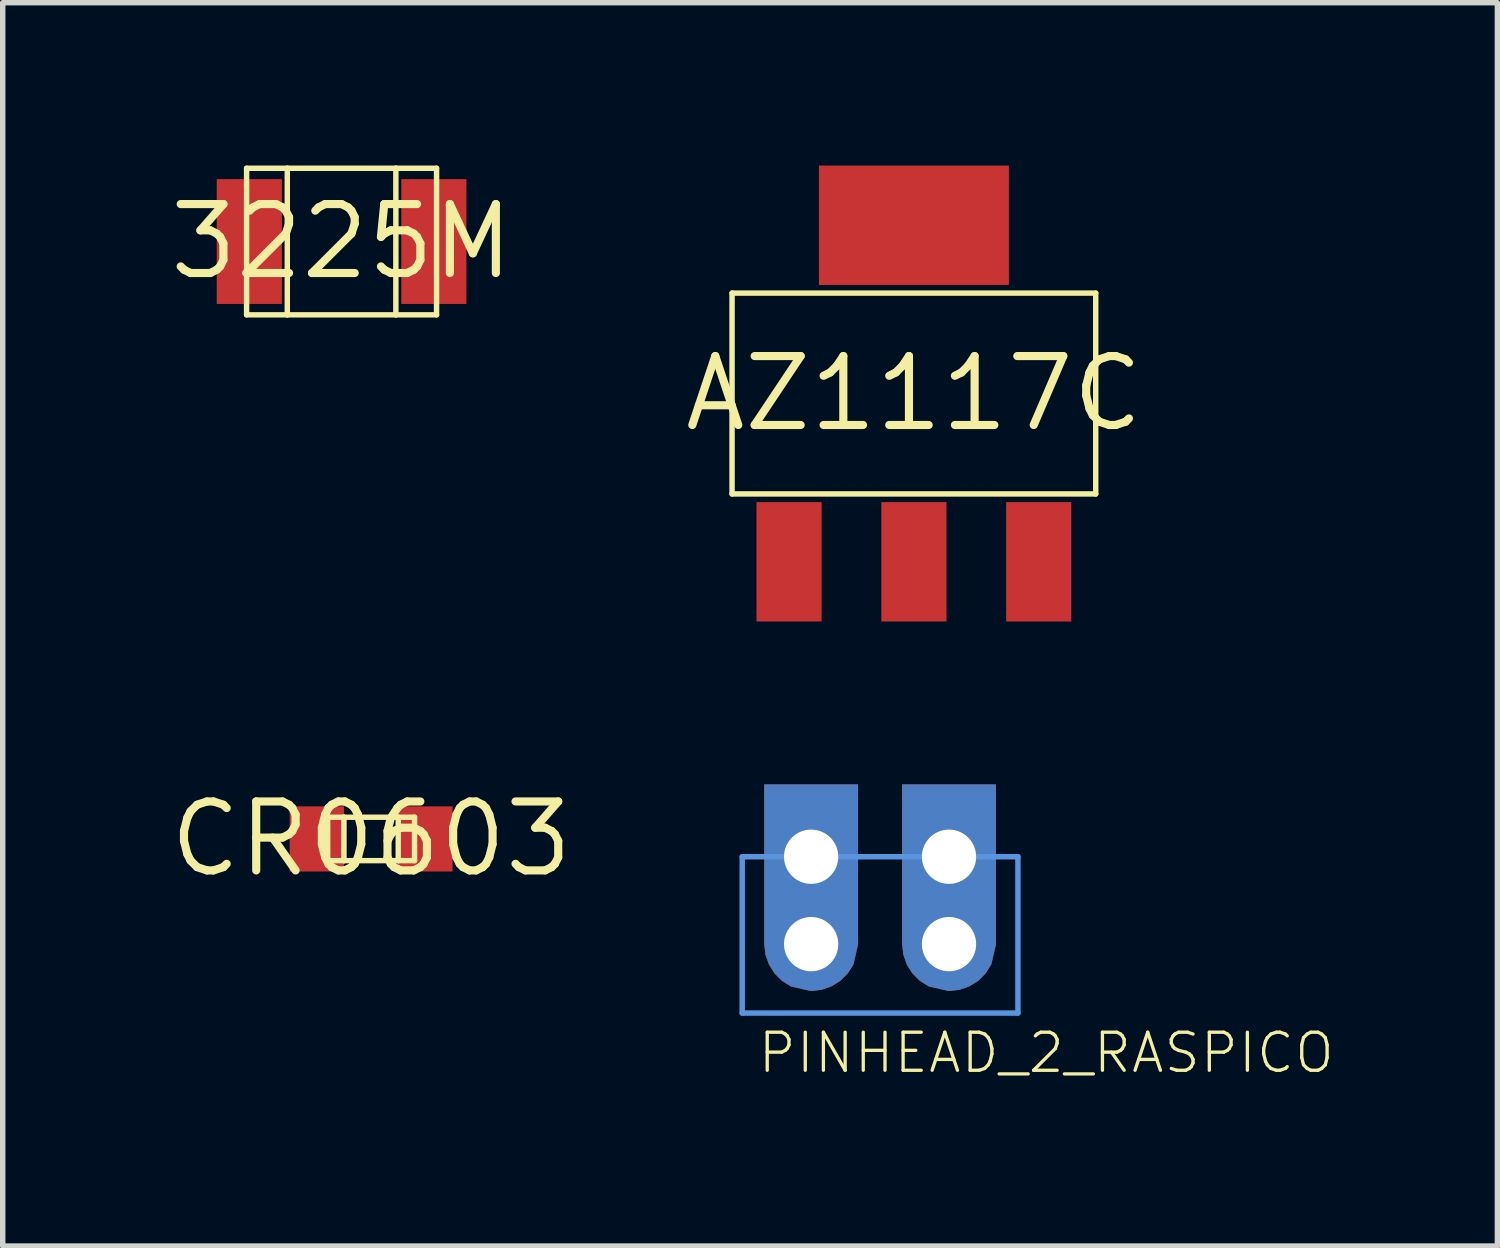
<source format=kicad_pcb>
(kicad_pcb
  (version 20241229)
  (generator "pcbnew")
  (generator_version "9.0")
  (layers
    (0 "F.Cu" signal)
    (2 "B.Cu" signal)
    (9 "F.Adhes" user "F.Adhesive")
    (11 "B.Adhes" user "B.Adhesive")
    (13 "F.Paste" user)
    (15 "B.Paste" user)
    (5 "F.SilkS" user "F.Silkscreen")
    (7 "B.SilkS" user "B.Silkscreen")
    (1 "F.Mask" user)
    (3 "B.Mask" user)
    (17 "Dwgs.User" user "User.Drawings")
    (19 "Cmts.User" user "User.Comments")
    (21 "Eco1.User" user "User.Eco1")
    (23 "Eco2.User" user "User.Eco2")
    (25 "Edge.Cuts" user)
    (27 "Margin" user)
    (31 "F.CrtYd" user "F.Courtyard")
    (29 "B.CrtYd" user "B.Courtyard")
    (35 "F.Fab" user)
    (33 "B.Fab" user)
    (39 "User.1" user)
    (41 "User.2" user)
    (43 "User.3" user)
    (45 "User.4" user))
  (footprint "AZ1117C"
    (layer "F.Cu")
    (at 13.787 4.2)
    (property "Reference" "AZ1117C" (at 0 0 0) (layer "F.SilkS") (effects (font (size 1.27 1.27) (thickness 0.15))))
    (fp_line (start -3.35 -1.85) (end -3.35 1.85) (stroke (width 0.1) (type solid)) (layer "F.SilkS"))
    (fp_line (start -3.35 1.85) (end 3.35 1.85) (stroke (width 0.1) (type solid)) (layer "F.SilkS"))
    (fp_line (start 3.35 -1.85) (end -3.35 -1.85) (stroke (width 0.1) (type solid)) (layer "F.SilkS"))
    (fp_line (start 3.35 1.85) (end 3.35 -1.85) (stroke (width 0.1) (type solid)) (layer "F.SilkS"))
    (pad "GND" smd rect (at -2.3 3.1) (size 1.2 2.2) (layers "F.Cu" "F.Mask" "F.Paste"))
    (pad "INPUT" smd rect (at 2.3 3.1) (size 1.2 2.2) (layers "F.Cu" "F.Mask" "F.Paste"))
    (pad "OUTPUT" smd rect (at 0 3.1) (size 1.2 2.2) (layers "F.Cu" "F.Mask" "F.Paste"))
    (pad "VOUT" smd rect (at 0 -3.1) (size 3.5 2.2) (layers "F.Cu" "F.Mask" "F.Paste")))
  (footprint "3225M"
    (layer "F.Cu")
    (at 3.243 1.4)
    (property "Reference" "3225M" (at 0 0 0) (layer "F.SilkS") (effects (font (size 1.27 1.27) (thickness 0.15))))
    (fp_line (start -1.75 -1.35) (end -1.75 1.35) (stroke (width 0.1) (type solid)) (layer "F.SilkS"))
    (fp_line (start -1.75 1.35) (end -1 1.35) (stroke (width 0.1) (type solid)) (layer "F.SilkS"))
    (fp_line (start -1 -1.35) (end -1.75 -1.35) (stroke (width 0.1) (type solid)) (layer "F.SilkS"))
    (fp_line (start -1 1.35) (end -1 -1.35) (stroke (width 0.1) (type solid)) (layer "F.SilkS"))
    (fp_line (start -1 1.35) (end 1 1.35) (stroke (width 0.1) (type solid)) (layer "F.SilkS"))
    (fp_line (start 1 -1.35) (end -1 -1.35) (stroke (width 0.1) (type solid)) (layer "F.SilkS"))
    (fp_line (start 1 -1.35) (end 1 1.35) (stroke (width 0.1) (type solid)) (layer "F.SilkS"))
    (fp_line (start 1 1.35) (end 1.75 1.35) (stroke (width 0.1) (type solid)) (layer "F.SilkS"))
    (fp_line (start 1.75 -1.35) (end 1 -1.35) (stroke (width 0.1) (type solid)) (layer "F.SilkS"))
    (fp_line (start 1.75 1.35) (end 1.75 -1.35) (stroke (width 0.1) (type solid)) (layer "F.SilkS"))
    (pad "L" smd rect (at -1.7 0) (size 1.2 2.3) (layers "F.Cu" "F.Mask" "F.Paste"))
    (pad "R" smd rect (at 1.7 0) (size 1.2 2.3) (layers "F.Cu" "F.Mask" "F.Paste")))
  (footprint "PINHEAD_2_RASPICO"
    (layer "F.Cu")
    (at 13.164 14.344)
    (property "Reference" "PINHEAD_2_RASPICO" (at -2.286 2.413 0) (layer "F.SilkS") (effects (font (size 0.701 0.701) (thickness 0.061)) (justify left bottom)))
    (fp_poly (pts (xy -0.406 0.007) (xy -0.49 0.372) (xy -0.595 0.539) (xy -0.731 0.675) (xy -0.895 0.778) (xy -1.078 0.842) (xy -1.274 0.864) (xy -1.642 0.78) (xy -1.809 0.675) (xy -1.945 0.539) (xy -2.048 0.375) (xy -2.112 0.192) (xy -2.134 0.004) (xy -2.134 -2.943) (xy -0.406 -2.943)) (stroke (width 0) (type default)) (fill yes) (layer "F.Cu"))
    (fp_poly (pts (xy 2.134 0.007) (xy 2.05 0.372) (xy 1.945 0.539) (xy 1.809 0.675) (xy 1.645 0.778) (xy 1.462 0.842) (xy 1.266 0.864) (xy 0.898 0.78) (xy 0.731 0.675) (xy 0.595 0.539) (xy 0.492 0.375) (xy 0.428 0.192) (xy 0.406 0.004) (xy 0.406 -2.943) (xy 2.134 -2.943)) (stroke (width 0) (type default)) (fill yes) (layer "F.Cu"))
    (fp_poly (pts (xy -0.406 0.007) (xy -0.49 0.372) (xy -0.595 0.539) (xy -0.731 0.675) (xy -0.895 0.778) (xy -1.078 0.842) (xy -1.274 0.864) (xy -1.642 0.78) (xy -1.809 0.675) (xy -1.945 0.539) (xy -2.048 0.375) (xy -2.112 0.192) (xy -2.134 0.004) (xy -2.134 -2.943) (xy -0.406 -2.943)) (stroke (width 0) (type default)) (fill yes) (layer "F.Mask"))
    (fp_poly (pts (xy 2.134 0.007) (xy 2.05 0.372) (xy 1.945 0.539) (xy 1.809 0.675) (xy 1.645 0.778) (xy 1.462 0.842) (xy 1.266 0.864) (xy 0.898 0.78) (xy 0.731 0.675) (xy 0.595 0.539) (xy 0.492 0.375) (xy 0.428 0.192) (xy 0.406 0.004) (xy 0.406 -2.943) (xy 2.134 -2.943)) (stroke (width 0) (type default)) (fill yes) (layer "F.Mask"))
    (fp_poly (pts (xy -0.406 0.007) (xy -0.49 0.372) (xy -0.595 0.539) (xy -0.731 0.675) (xy -0.895 0.778) (xy -1.078 0.842) (xy -1.274 0.864) (xy -1.642 0.78) (xy -1.809 0.675) (xy -1.945 0.539) (xy -2.048 0.375) (xy -2.112 0.192) (xy -2.134 0.004) (xy -2.134 -2.943) (xy -0.406 -2.943)) (stroke (width 0) (type default)) (fill yes) (layer "B.Cu"))
    (fp_poly (pts (xy 2.134 0.007) (xy 2.05 0.372) (xy 1.945 0.539) (xy 1.809 0.675) (xy 1.645 0.778) (xy 1.462 0.842) (xy 1.266 0.864) (xy 0.898 0.78) (xy 0.731 0.675) (xy 0.595 0.539) (xy 0.492 0.375) (xy 0.428 0.192) (xy 0.406 0.004) (xy 0.406 -2.943) (xy 2.134 -2.943)) (stroke (width 0) (type default)) (fill yes) (layer "B.Cu"))
    (fp_poly (pts (xy -0.406 0.007) (xy -0.49 0.372) (xy -0.595 0.539) (xy -0.731 0.675) (xy -0.895 0.778) (xy -1.078 0.842) (xy -1.274 0.864) (xy -1.642 0.78) (xy -1.809 0.675) (xy -1.945 0.539) (xy -2.048 0.375) (xy -2.112 0.192) (xy -2.134 0.004) (xy -2.134 -2.943) (xy -0.406 -2.943)) (stroke (width 0) (type default)) (fill yes) (layer "B.Mask"))
    (fp_poly (pts (xy 2.134 0.007) (xy 2.05 0.372) (xy 1.945 0.539) (xy 1.809 0.675) (xy 1.645 0.778) (xy 1.462 0.842) (xy 1.266 0.864) (xy 0.898 0.78) (xy 0.731 0.675) (xy 0.595 0.539) (xy 0.492 0.375) (xy 0.428 0.192) (xy 0.406 0.004) (xy 0.406 -2.943) (xy 2.134 -2.943)) (stroke (width 0) (type default)) (fill yes) (layer "B.Mask"))
    (fp_line (start -2.54 -1.61) (end -2.54 1.27) (stroke (width 0.1) (type solid)) (layer "Cmts.User"))
    (fp_line (start -2.54 1.27) (end 2.54 1.27) (stroke (width 0.1) (type solid)) (layer "Cmts.User"))
    (fp_line (start 2.54 -1.61) (end -2.54 -1.61) (stroke (width 0.1) (type solid)) (layer "Cmts.User"))
    (fp_line (start 2.54 1.27) (end 2.54 -1.61) (stroke (width 0.1) (type solid)) (layer "Cmts.User"))
    (pad "PIN1" thru_hole circle (at -1.27 0) (size 1.5 1.5) (drill 1) (layers "*.Cu" "*.Mask"))
    (pad "PIN1_" thru_hole circle (at -1.27 -1.61) (size 1.5 1.5) (drill 1) (layers "*.Cu" "*.Mask"))
    (pad "PIN2" thru_hole circle (at 1.27 0) (size 1.5 1.5) (drill 1) (layers "*.Cu" "*.Mask"))
    (pad "PIN2_" thru_hole circle (at 1.27 -1.61) (size 1.5 1.5) (drill 1) (layers "*.Cu" "*.Mask")))
  (footprint "CR0603"
    (layer "F.Cu")
    (at 3.787 12.406)
    (property "Reference" "CR0603" (at 0 0 0) (layer "F.SilkS") (effects (font (size 1.27 1.27) (thickness 0.15))))
    (fp_line (start -0.8 -0.4) (end -0.8 0.4) (stroke (width 0.1) (type solid)) (layer "F.SilkS"))
    (fp_line (start -0.8 0.4) (end -0.5 0.4) (stroke (width 0.1) (type solid)) (layer "F.SilkS"))
    (fp_line (start -0.5 -0.4) (end -0.8 -0.4) (stroke (width 0.1) (type solid)) (layer "F.SilkS"))
    (fp_line (start -0.5 -0.4) (end -0.5 0.4) (stroke (width 0.1) (type solid)) (layer "F.SilkS"))
    (fp_line (start -0.5 0.4) (end 0.5 0.4) (stroke (width 0.1) (type solid)) (layer "F.SilkS"))
    (fp_line (start 0.5 -0.4) (end -0.5 -0.4) (stroke (width 0.1) (type solid)) (layer "F.SilkS"))
    (fp_line (start 0.5 -0.4) (end 0.5 0.4) (stroke (width 0.1) (type solid)) (layer "F.SilkS"))
    (fp_line (start 0.5 0.4) (end 0.8 0.4) (stroke (width 0.1) (type solid)) (layer "F.SilkS"))
    (fp_line (start 0.8 -0.4) (end 0.5 -0.4) (stroke (width 0.1) (type solid)) (layer "F.SilkS"))
    (fp_line (start 0.8 0.4) (end 0.8 -0.4) (stroke (width 0.1) (type solid)) (layer "F.SilkS"))
    (pad "LEFT" smd rect (at -1 0) (size 1 1.2) (layers "F.Cu" "F.Mask" "F.Paste"))
    (pad "RIGHT" smd rect (at 1 0) (size 1 1.2) (layers "F.Cu" "F.Mask" "F.Paste")))
  (gr_rect
    (start -3 -3)
    (end 24.537 19.907)
    (stroke (width 0.1) (type default))
    (fill no)
    (layer "Edge.Cuts")))
</source>
